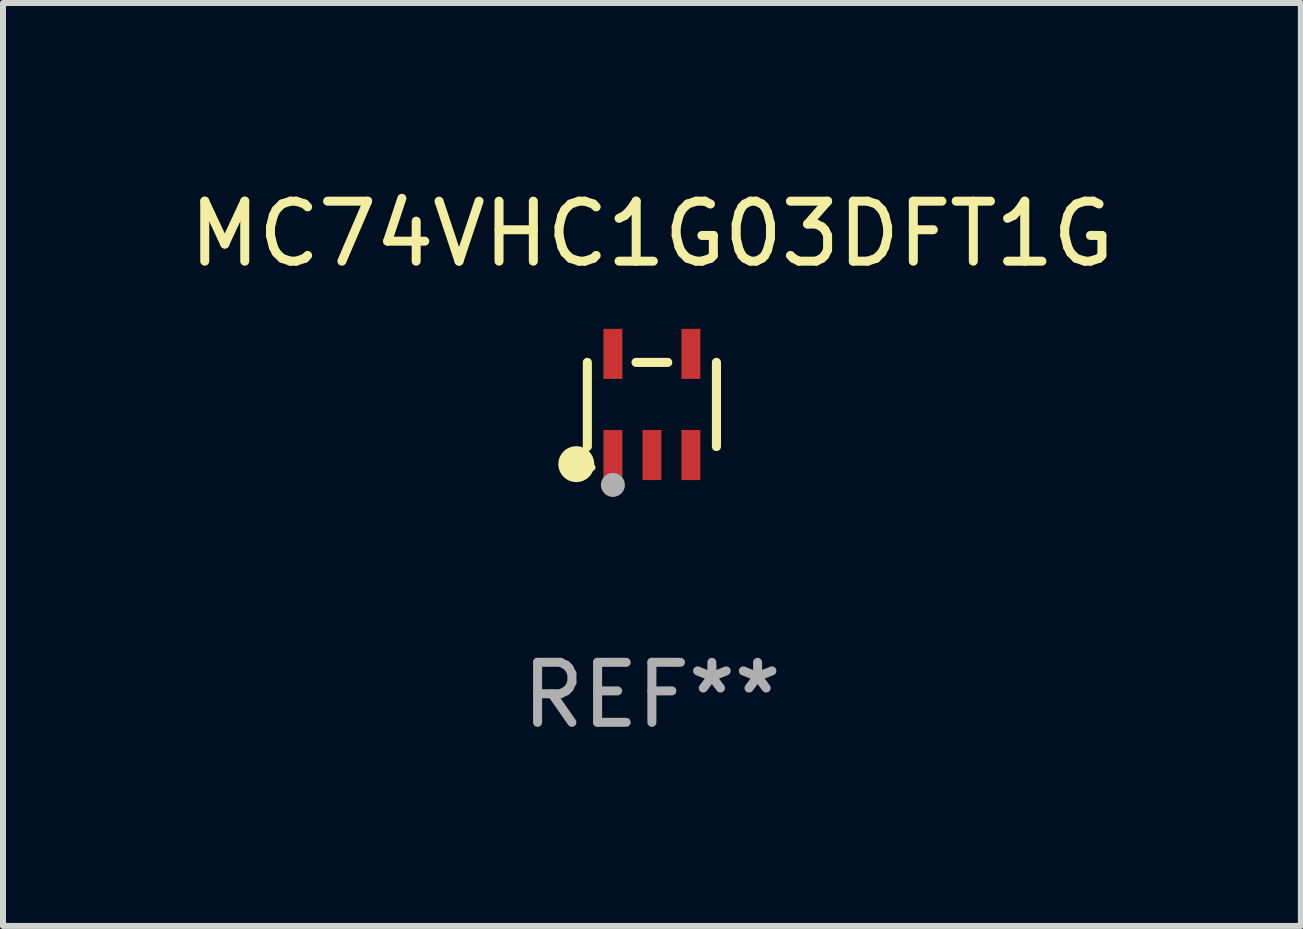
<source format=kicad_pcb>
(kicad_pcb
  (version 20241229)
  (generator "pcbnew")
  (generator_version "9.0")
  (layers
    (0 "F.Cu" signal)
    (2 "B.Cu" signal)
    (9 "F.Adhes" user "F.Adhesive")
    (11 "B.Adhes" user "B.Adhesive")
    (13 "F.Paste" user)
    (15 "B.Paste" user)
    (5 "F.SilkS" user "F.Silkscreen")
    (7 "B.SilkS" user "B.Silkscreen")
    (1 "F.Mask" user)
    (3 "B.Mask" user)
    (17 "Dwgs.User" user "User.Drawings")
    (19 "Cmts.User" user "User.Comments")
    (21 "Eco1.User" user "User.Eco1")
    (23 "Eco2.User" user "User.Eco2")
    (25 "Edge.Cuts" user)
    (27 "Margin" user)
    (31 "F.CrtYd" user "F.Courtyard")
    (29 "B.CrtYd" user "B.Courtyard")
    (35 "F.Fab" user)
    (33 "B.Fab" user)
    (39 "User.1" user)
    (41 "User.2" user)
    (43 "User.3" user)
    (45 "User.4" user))
  (footprint "MC74VHC1G03DFT1G"
    (layer "F.Cu")
    (at 7.815 3.691)
    (property "Reference" "MC74VHC1G03DFT1G" (at 0 -2.843 0) (layer "F.SilkS") (effects (font (size 1 1) (thickness 0.15))))
    (attr through_hole)
    (fp_line (start -1.076 0.701) (end -1.076 -0.701) (stroke (width 0.152) (type solid)) (layer "F.SilkS"))
    (fp_line (start 0.264 -0.701) (end -0.264 -0.701) (stroke (width 0.152) (type solid)) (layer "F.SilkS"))
    (fp_line (start 1.076 0.701) (end 1.076 -0.701) (stroke (width 0.152) (type solid)) (layer "F.SilkS"))
    (fp_circle (center -1.26 0.995) (end -1.11 0.995) (stroke (width 0.3) (type solid)) (fill no) (layer "F.SilkS"))
    (fp_circle (center -1 1.05) (end -0.97 1.05) (stroke (width 0.06) (type solid)) (fill no) (layer "F.SilkS"))
    (fp_circle (center -0.65 1.341) (end -0.55 1.341) (stroke (width 0.2) (type solid)) (fill no) (layer "F.Fab"))
    (fp_text user "REF**" (at 0 4.843 0) (layer "F.Fab") (effects (font (size 1 1) (thickness 0.15))))
    (pad "1" smd rect (at -0.65 0.843) (size 0.315 0.835) (layers "F.Cu" "F.Mask" "F.Paste"))
    (pad "2" smd rect (at 0.00014 0.843) (size 0.315 0.835) (layers "F.Cu" "F.Mask" "F.Paste"))
    (pad "3" smd rect (at 0.65 0.843) (size 0.315 0.835) (layers "F.Cu" "F.Mask" "F.Paste"))
    (pad "4" smd rect (at 0.65 -0.843) (size 0.315 0.835) (layers "F.Cu" "F.Mask" "F.Paste"))
    (pad "5" smd rect (at -0.65 -0.843) (size 0.315 0.835) (layers "F.Cu" "F.Mask" "F.Paste")))
  (gr_rect
    (start -3 -3)
    (end 18.631 12.382)
    (stroke (width 0.1) (type default))
    (fill no)
    (layer "Edge.Cuts")))
</source>
